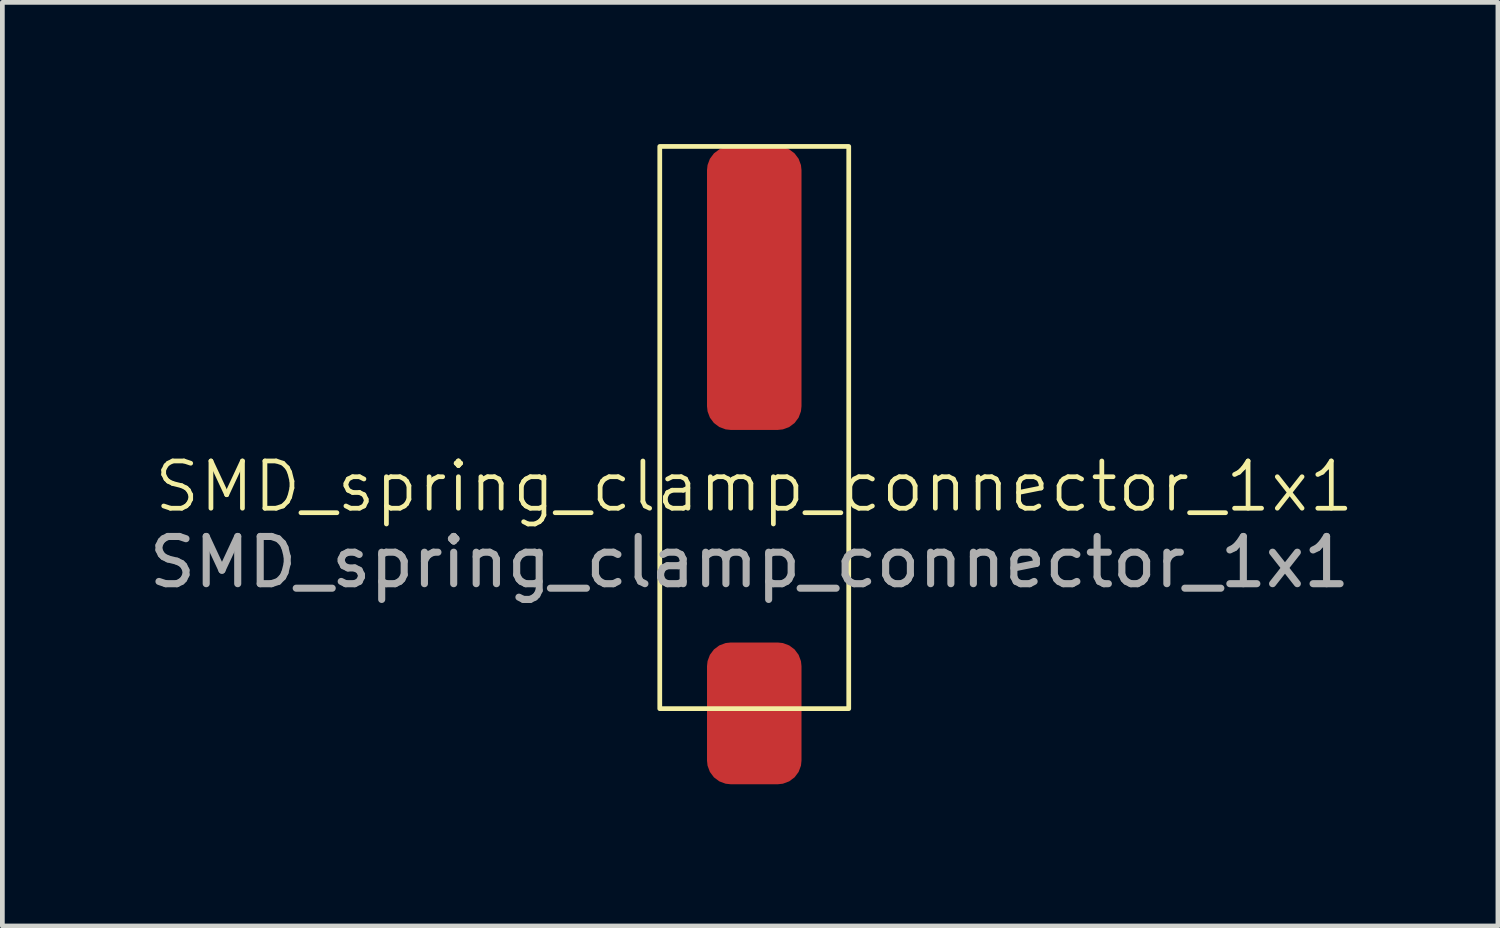
<source format=kicad_pcb>
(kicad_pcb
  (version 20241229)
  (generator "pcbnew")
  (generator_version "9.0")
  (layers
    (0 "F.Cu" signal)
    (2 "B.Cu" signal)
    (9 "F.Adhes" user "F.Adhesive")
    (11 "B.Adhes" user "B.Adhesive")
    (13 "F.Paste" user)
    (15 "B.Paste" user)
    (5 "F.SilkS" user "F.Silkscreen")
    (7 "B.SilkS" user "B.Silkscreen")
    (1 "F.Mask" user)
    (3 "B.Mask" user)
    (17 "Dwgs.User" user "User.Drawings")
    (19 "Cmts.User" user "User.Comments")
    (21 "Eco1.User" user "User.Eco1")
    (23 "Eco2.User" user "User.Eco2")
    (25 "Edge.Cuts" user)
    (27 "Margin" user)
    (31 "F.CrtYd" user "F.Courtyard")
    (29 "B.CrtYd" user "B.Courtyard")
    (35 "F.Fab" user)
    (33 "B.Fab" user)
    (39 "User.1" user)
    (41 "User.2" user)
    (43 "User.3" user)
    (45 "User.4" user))
  (footprint "SMD_spring_clamp_connector_1x1"
    (layer "F.Cu")
    (at 12.915 11.95)
    (property "Reference" "SMD_spring_clamp_connector_1x1" (at -0.000001 -4.7 0) (unlocked yes) (layer "F.SilkS") (effects (font (size 1 1) (thickness 0.1))))
    (attr smd)
    (fp_rect (start -2 -11.9) (end 2 0) (stroke (width 0.1) (type default)) (fill no) (layer "F.SilkS"))
    (fp_text user "${REFERENCE}" (at -0.1 -3.1 0) (unlocked yes) (layer "F.Fab") (effects (font (size 1 1) (thickness 0.15))))
    (pad "1" smd roundrect (at 0 -8.9 180) (size 2 6) (layers "F.Cu" "F.Mask" "F.Paste") (roundrect_rratio 0.25))
    (pad "1" smd roundrect (at 0 0.1 180) (size 2 3) (layers "F.Cu" "F.Mask" "F.Paste") (roundrect_rratio 0.25)))
  (gr_rect
    (start -3 -3)
    (end 28.656 16.55)
    (stroke (width 0.1) (type default))
    (fill no)
    (layer "Edge.Cuts")))
</source>
